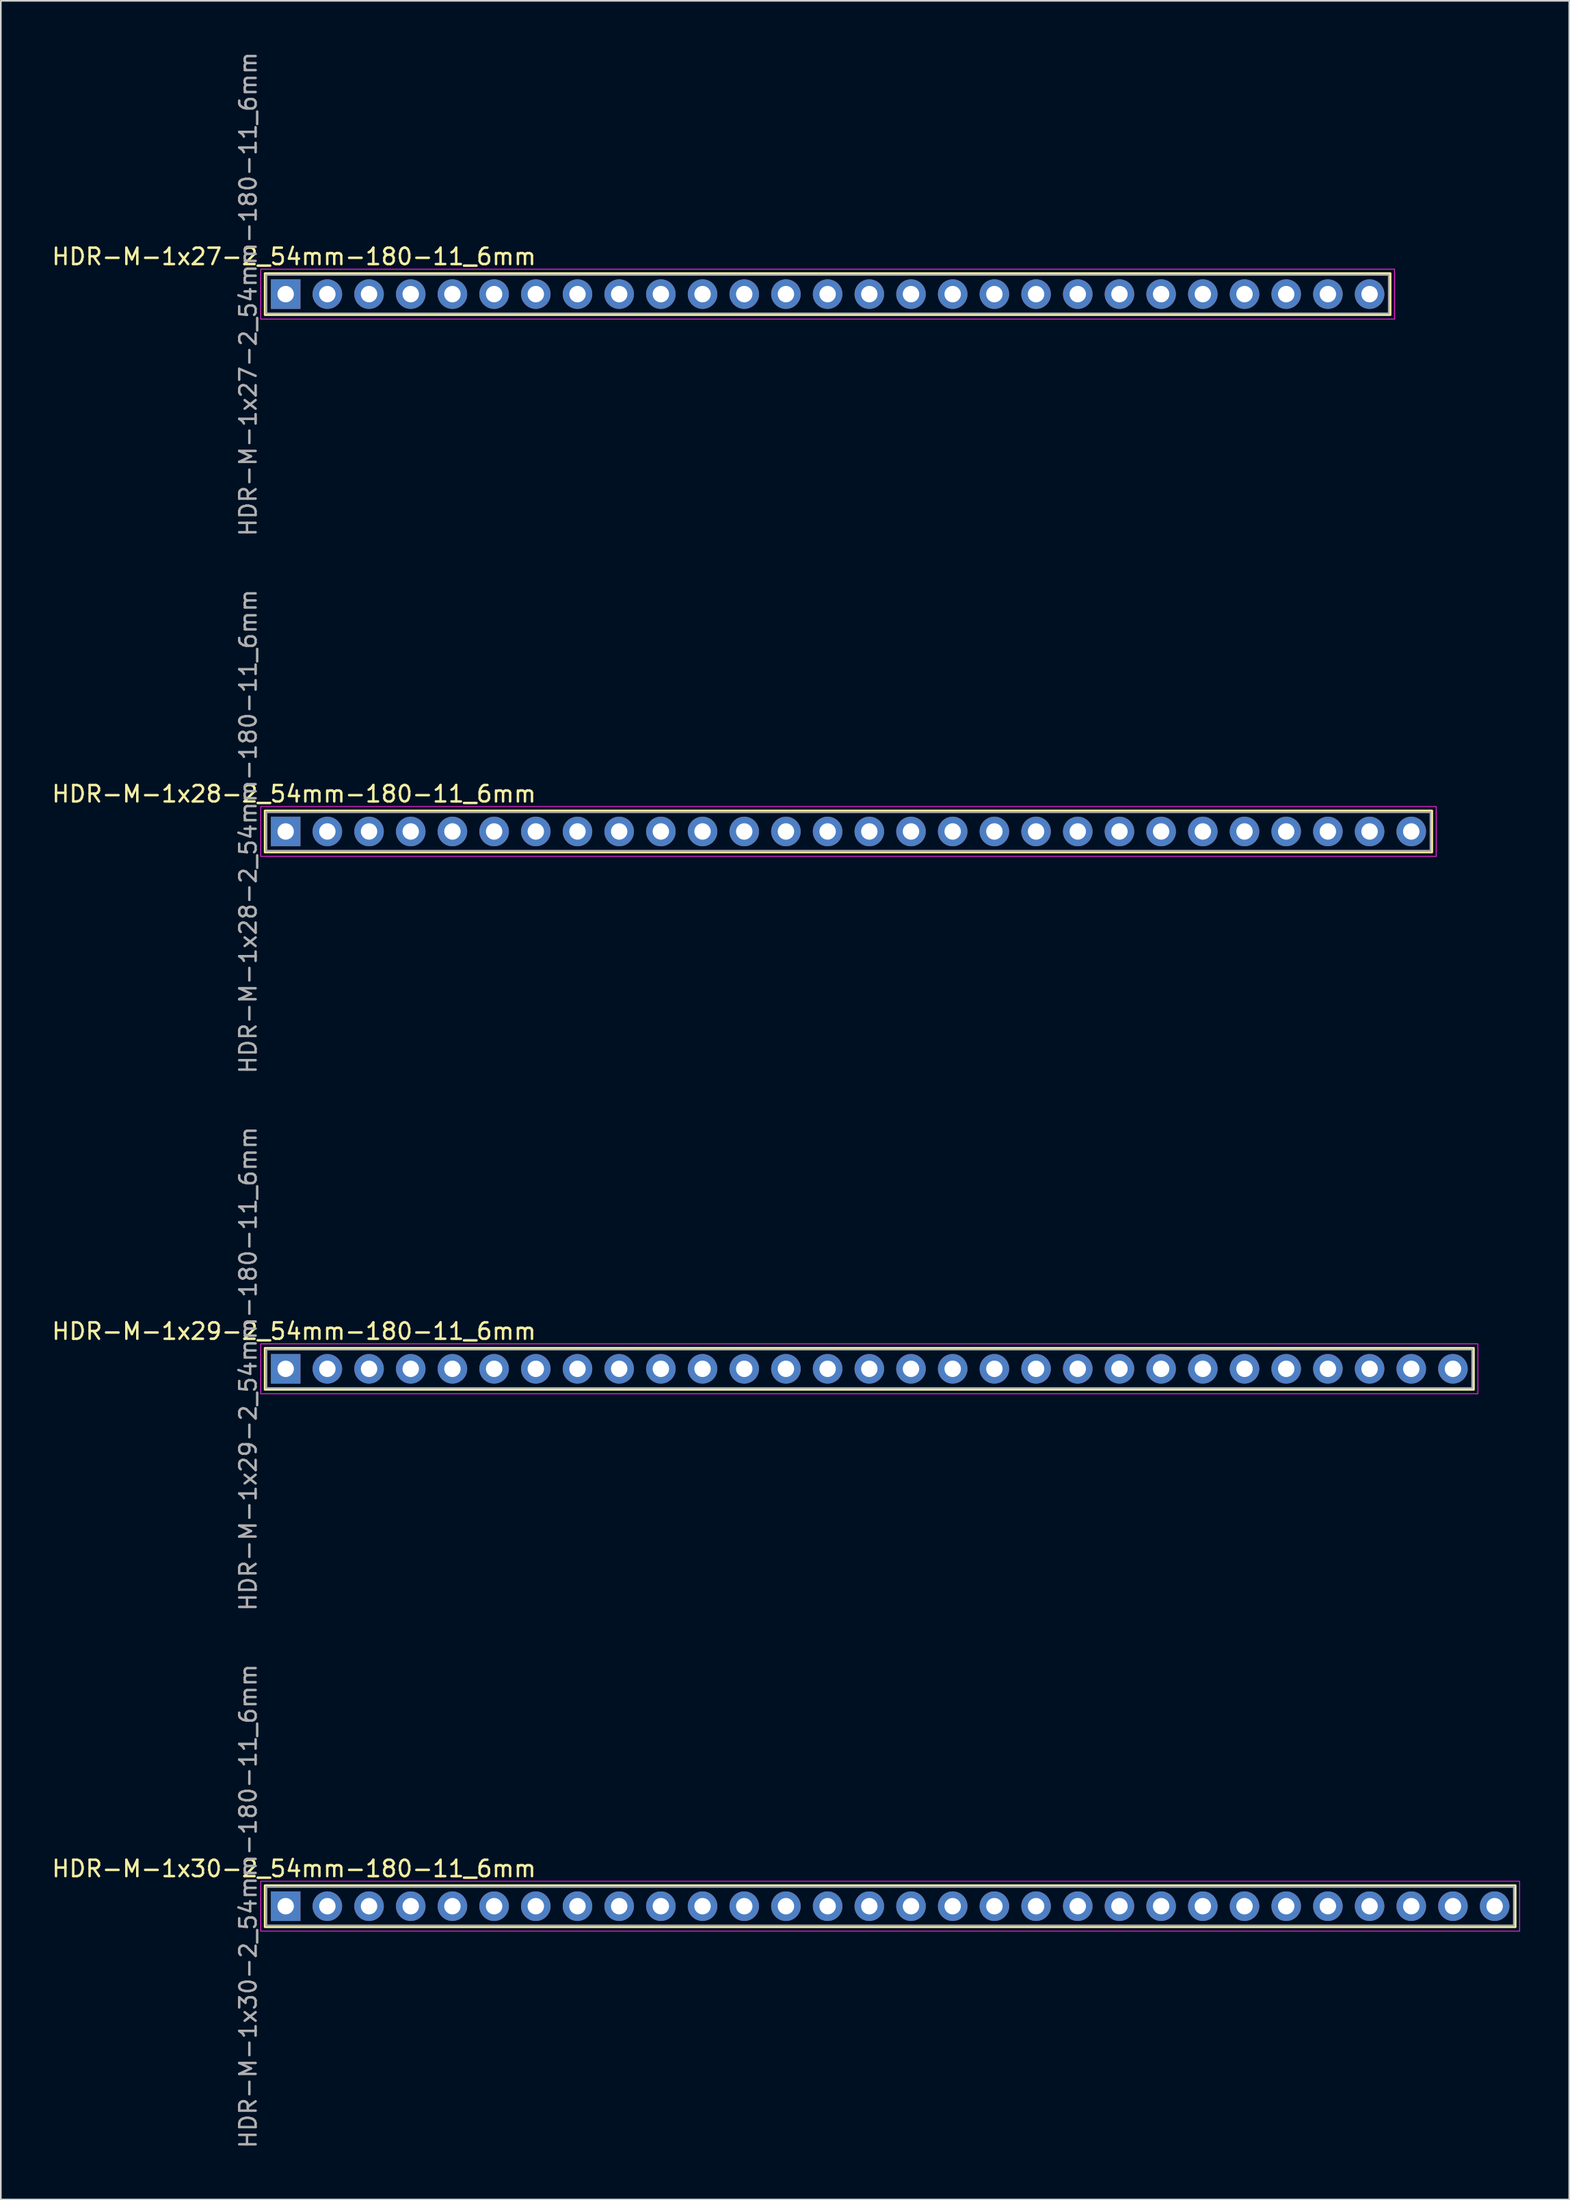
<source format=kicad_pcb>
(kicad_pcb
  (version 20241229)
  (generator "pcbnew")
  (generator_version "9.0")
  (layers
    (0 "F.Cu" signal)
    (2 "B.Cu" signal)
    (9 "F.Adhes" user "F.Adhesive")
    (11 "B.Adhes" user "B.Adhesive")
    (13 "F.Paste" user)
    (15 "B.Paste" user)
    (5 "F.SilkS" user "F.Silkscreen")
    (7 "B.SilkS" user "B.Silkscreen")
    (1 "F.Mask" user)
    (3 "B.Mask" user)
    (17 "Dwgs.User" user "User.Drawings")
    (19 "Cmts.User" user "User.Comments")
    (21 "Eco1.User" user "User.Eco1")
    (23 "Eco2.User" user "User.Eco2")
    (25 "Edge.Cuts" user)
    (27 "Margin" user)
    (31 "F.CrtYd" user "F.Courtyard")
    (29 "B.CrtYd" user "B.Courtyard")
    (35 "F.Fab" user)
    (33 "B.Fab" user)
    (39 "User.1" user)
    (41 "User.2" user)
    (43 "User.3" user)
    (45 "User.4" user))
  (footprint "HDR-M-1x30-2_54mm-180-11_6mm"
    (layer "F.Cu")
    (at 14.355 113.042)
    (property "Reference" "HDR-M-1x30-2_54mm-180-11_6mm" (at 0.508 -2.286 0) (unlocked yes) (layer "F.SilkS") (effects (font (size 1 1) (thickness 0.15))))
    (attr through_hole)
    (fp_rect (start -1.27 -1.27) (end 74.93 1.27) (stroke (width 0.12) (type solid)) (fill no) (layer "F.SilkS"))
    (fp_rect (start -1.52 -1.52) (end 75.18 1.52) (stroke (width 0.05) (type solid)) (fill no) (layer "F.CrtYd"))
    (fp_rect (start -1.17 -1.17) (end 74.83 1.17) (stroke (width 0.1) (type solid)) (fill no) (layer "F.Fab"))
    (fp_text user "${REFERENCE}" (at -2.286 0 90) (unlocked yes) (layer "F.Fab") (effects (font (size 1 1) (thickness 0.15))))
    (pad "1" thru_hole rect (at 0 0) (size 1.8 1.8) (drill 1) (layers "*.Cu" "*.Mask"))
    (pad "2" thru_hole circle (at 2.54 0) (size 1.8 1.8) (drill 1) (layers "*.Cu" "*.Mask"))
    (pad "3" thru_hole circle (at 5.08 0) (size 1.8 1.8) (drill 1) (layers "*.Cu" "*.Mask"))
    (pad "4" thru_hole circle (at 7.62 0) (size 1.8 1.8) (drill 1) (layers "*.Cu" "*.Mask"))
    (pad "5" thru_hole circle (at 10.16 0) (size 1.8 1.8) (drill 1) (layers "*.Cu" "*.Mask"))
    (pad "6" thru_hole circle (at 12.7 0) (size 1.8 1.8) (drill 1) (layers "*.Cu" "*.Mask"))
    (pad "7" thru_hole circle (at 15.24 0) (size 1.8 1.8) (drill 1) (layers "*.Cu" "*.Mask"))
    (pad "8" thru_hole circle (at 17.78 0) (size 1.8 1.8) (drill 1) (layers "*.Cu" "*.Mask"))
    (pad "9" thru_hole circle (at 20.32 0) (size 1.8 1.8) (drill 1) (layers "*.Cu" "*.Mask"))
    (pad "10" thru_hole circle (at 22.86 0) (size 1.8 1.8) (drill 1) (layers "*.Cu" "*.Mask"))
    (pad "11" thru_hole circle (at 25.4 0) (size 1.8 1.8) (drill 1) (layers "*.Cu" "*.Mask"))
    (pad "12" thru_hole circle (at 27.94 0) (size 1.8 1.8) (drill 1) (layers "*.Cu" "*.Mask"))
    (pad "13" thru_hole circle (at 30.48 0) (size 1.8 1.8) (drill 1) (layers "*.Cu" "*.Mask"))
    (pad "14" thru_hole circle (at 33.02 0) (size 1.8 1.8) (drill 1) (layers "*.Cu" "*.Mask"))
    (pad "15" thru_hole circle (at 35.56 0) (size 1.8 1.8) (drill 1) (layers "*.Cu" "*.Mask"))
    (pad "16" thru_hole circle (at 38.1 0) (size 1.8 1.8) (drill 1) (layers "*.Cu" "*.Mask"))
    (pad "17" thru_hole circle (at 40.64 0) (size 1.8 1.8) (drill 1) (layers "*.Cu" "*.Mask"))
    (pad "18" thru_hole circle (at 43.18 0) (size 1.8 1.8) (drill 1) (layers "*.Cu" "*.Mask"))
    (pad "19" thru_hole circle (at 45.72 0) (size 1.8 1.8) (drill 1) (layers "*.Cu" "*.Mask"))
    (pad "20" thru_hole circle (at 48.26 0) (size 1.8 1.8) (drill 1) (layers "*.Cu" "*.Mask"))
    (pad "21" thru_hole circle (at 50.8 0) (size 1.8 1.8) (drill 1) (layers "*.Cu" "*.Mask"))
    (pad "22" thru_hole circle (at 53.34 0) (size 1.8 1.8) (drill 1) (layers "*.Cu" "*.Mask"))
    (pad "23" thru_hole circle (at 55.88 0) (size 1.8 1.8) (drill 1) (layers "*.Cu" "*.Mask"))
    (pad "24" thru_hole circle (at 58.42 0) (size 1.8 1.8) (drill 1) (layers "*.Cu" "*.Mask"))
    (pad "25" thru_hole circle (at 60.96 0) (size 1.8 1.8) (drill 1) (layers "*.Cu" "*.Mask"))
    (pad "26" thru_hole circle (at 63.5 0) (size 1.8 1.8) (drill 1) (layers "*.Cu" "*.Mask"))
    (pad "27" thru_hole circle (at 66.04 0) (size 1.8 1.8) (drill 1) (layers "*.Cu" "*.Mask"))
    (pad "28" thru_hole circle (at 68.58 0) (size 1.8 1.8) (drill 1) (layers "*.Cu" "*.Mask"))
    (pad "29" thru_hole circle (at 71.12 0) (size 1.8 1.8) (drill 1) (layers "*.Cu" "*.Mask"))
    (pad "30" thru_hole circle (at 73.66 0) (size 1.8 1.8) (drill 1) (layers "*.Cu" "*.Mask")))
  (footprint "HDR-M-1x27-2_54mm-180-11_6mm"
    (layer "F.Cu")
    (at 14.355 14.863)
    (property "Reference" "HDR-M-1x27-2_54mm-180-11_6mm" (at 0.508 -2.286 0) (unlocked yes) (layer "F.SilkS") (effects (font (size 1 1) (thickness 0.15))))
    (attr through_hole)
    (fp_rect (start -1.27 -1.27) (end 67.31 1.27) (stroke (width 0.12) (type solid)) (fill no) (layer "F.SilkS"))
    (fp_rect (start -1.52 -1.52) (end 67.56 1.52) (stroke (width 0.05) (type solid)) (fill no) (layer "F.CrtYd"))
    (fp_rect (start -1.17 -1.17) (end 67.21 1.17) (stroke (width 0.1) (type solid)) (fill no) (layer "F.Fab"))
    (fp_text user "${REFERENCE}" (at -2.286 0 90) (unlocked yes) (layer "F.Fab") (effects (font (size 1 1) (thickness 0.15))))
    (pad "1" thru_hole rect (at 0 0) (size 1.8 1.8) (drill 1) (layers "*.Cu" "*.Mask"))
    (pad "2" thru_hole circle (at 2.54 0) (size 1.8 1.8) (drill 1) (layers "*.Cu" "*.Mask"))
    (pad "3" thru_hole circle (at 5.08 0) (size 1.8 1.8) (drill 1) (layers "*.Cu" "*.Mask"))
    (pad "4" thru_hole circle (at 7.62 0) (size 1.8 1.8) (drill 1) (layers "*.Cu" "*.Mask"))
    (pad "5" thru_hole circle (at 10.16 0) (size 1.8 1.8) (drill 1) (layers "*.Cu" "*.Mask"))
    (pad "6" thru_hole circle (at 12.7 0) (size 1.8 1.8) (drill 1) (layers "*.Cu" "*.Mask"))
    (pad "7" thru_hole circle (at 15.24 0) (size 1.8 1.8) (drill 1) (layers "*.Cu" "*.Mask"))
    (pad "8" thru_hole circle (at 17.78 0) (size 1.8 1.8) (drill 1) (layers "*.Cu" "*.Mask"))
    (pad "9" thru_hole circle (at 20.32 0) (size 1.8 1.8) (drill 1) (layers "*.Cu" "*.Mask"))
    (pad "10" thru_hole circle (at 22.86 0) (size 1.8 1.8) (drill 1) (layers "*.Cu" "*.Mask"))
    (pad "11" thru_hole circle (at 25.4 0) (size 1.8 1.8) (drill 1) (layers "*.Cu" "*.Mask"))
    (pad "12" thru_hole circle (at 27.94 0) (size 1.8 1.8) (drill 1) (layers "*.Cu" "*.Mask"))
    (pad "13" thru_hole circle (at 30.48 0) (size 1.8 1.8) (drill 1) (layers "*.Cu" "*.Mask"))
    (pad "14" thru_hole circle (at 33.02 0) (size 1.8 1.8) (drill 1) (layers "*.Cu" "*.Mask"))
    (pad "15" thru_hole circle (at 35.56 0) (size 1.8 1.8) (drill 1) (layers "*.Cu" "*.Mask"))
    (pad "16" thru_hole circle (at 38.1 0) (size 1.8 1.8) (drill 1) (layers "*.Cu" "*.Mask"))
    (pad "17" thru_hole circle (at 40.64 0) (size 1.8 1.8) (drill 1) (layers "*.Cu" "*.Mask"))
    (pad "18" thru_hole circle (at 43.18 0) (size 1.8 1.8) (drill 1) (layers "*.Cu" "*.Mask"))
    (pad "19" thru_hole circle (at 45.72 0) (size 1.8 1.8) (drill 1) (layers "*.Cu" "*.Mask"))
    (pad "20" thru_hole circle (at 48.26 0) (size 1.8 1.8) (drill 1) (layers "*.Cu" "*.Mask"))
    (pad "21" thru_hole circle (at 50.8 0) (size 1.8 1.8) (drill 1) (layers "*.Cu" "*.Mask"))
    (pad "22" thru_hole circle (at 53.34 0) (size 1.8 1.8) (drill 1) (layers "*.Cu" "*.Mask"))
    (pad "23" thru_hole circle (at 55.88 0) (size 1.8 1.8) (drill 1) (layers "*.Cu" "*.Mask"))
    (pad "24" thru_hole circle (at 58.42 0) (size 1.8 1.8) (drill 1) (layers "*.Cu" "*.Mask"))
    (pad "25" thru_hole circle (at 60.96 0) (size 1.8 1.8) (drill 1) (layers "*.Cu" "*.Mask"))
    (pad "26" thru_hole circle (at 63.5 0) (size 1.8 1.8) (drill 1) (layers "*.Cu" "*.Mask"))
    (pad "27" thru_hole circle (at 66.04 0) (size 1.8 1.8) (drill 1) (layers "*.Cu" "*.Mask")))
  (footprint "HDR-M-1x28-2_54mm-180-11_6mm"
    (layer "F.Cu")
    (at 14.355 47.589)
    (property "Reference" "HDR-M-1x28-2_54mm-180-11_6mm" (at 0.508 -2.286 0) (unlocked yes) (layer "F.SilkS") (effects (font (size 1 1) (thickness 0.15))))
    (attr through_hole)
    (fp_rect (start -1.27 -1.27) (end 69.85 1.27) (stroke (width 0.12) (type solid)) (fill no) (layer "F.SilkS"))
    (fp_rect (start -1.52 -1.52) (end 70.1 1.52) (stroke (width 0.05) (type solid)) (fill no) (layer "F.CrtYd"))
    (fp_rect (start -1.17 -1.17) (end 69.75 1.17) (stroke (width 0.1) (type solid)) (fill no) (layer "F.Fab"))
    (fp_text user "${REFERENCE}" (at -2.286 0 90) (unlocked yes) (layer "F.Fab") (effects (font (size 1 1) (thickness 0.15))))
    (pad "1" thru_hole rect (at 0 0) (size 1.8 1.8) (drill 1) (layers "*.Cu" "*.Mask"))
    (pad "2" thru_hole circle (at 2.54 0) (size 1.8 1.8) (drill 1) (layers "*.Cu" "*.Mask"))
    (pad "3" thru_hole circle (at 5.08 0) (size 1.8 1.8) (drill 1) (layers "*.Cu" "*.Mask"))
    (pad "4" thru_hole circle (at 7.62 0) (size 1.8 1.8) (drill 1) (layers "*.Cu" "*.Mask"))
    (pad "5" thru_hole circle (at 10.16 0) (size 1.8 1.8) (drill 1) (layers "*.Cu" "*.Mask"))
    (pad "6" thru_hole circle (at 12.7 0) (size 1.8 1.8) (drill 1) (layers "*.Cu" "*.Mask"))
    (pad "7" thru_hole circle (at 15.24 0) (size 1.8 1.8) (drill 1) (layers "*.Cu" "*.Mask"))
    (pad "8" thru_hole circle (at 17.78 0) (size 1.8 1.8) (drill 1) (layers "*.Cu" "*.Mask"))
    (pad "9" thru_hole circle (at 20.32 0) (size 1.8 1.8) (drill 1) (layers "*.Cu" "*.Mask"))
    (pad "10" thru_hole circle (at 22.86 0) (size 1.8 1.8) (drill 1) (layers "*.Cu" "*.Mask"))
    (pad "11" thru_hole circle (at 25.4 0) (size 1.8 1.8) (drill 1) (layers "*.Cu" "*.Mask"))
    (pad "12" thru_hole circle (at 27.94 0) (size 1.8 1.8) (drill 1) (layers "*.Cu" "*.Mask"))
    (pad "13" thru_hole circle (at 30.48 0) (size 1.8 1.8) (drill 1) (layers "*.Cu" "*.Mask"))
    (pad "14" thru_hole circle (at 33.02 0) (size 1.8 1.8) (drill 1) (layers "*.Cu" "*.Mask"))
    (pad "15" thru_hole circle (at 35.56 0) (size 1.8 1.8) (drill 1) (layers "*.Cu" "*.Mask"))
    (pad "16" thru_hole circle (at 38.1 0) (size 1.8 1.8) (drill 1) (layers "*.Cu" "*.Mask"))
    (pad "17" thru_hole circle (at 40.64 0) (size 1.8 1.8) (drill 1) (layers "*.Cu" "*.Mask"))
    (pad "18" thru_hole circle (at 43.18 0) (size 1.8 1.8) (drill 1) (layers "*.Cu" "*.Mask"))
    (pad "19" thru_hole circle (at 45.72 0) (size 1.8 1.8) (drill 1) (layers "*.Cu" "*.Mask"))
    (pad "20" thru_hole circle (at 48.26 0) (size 1.8 1.8) (drill 1) (layers "*.Cu" "*.Mask"))
    (pad "21" thru_hole circle (at 50.8 0) (size 1.8 1.8) (drill 1) (layers "*.Cu" "*.Mask"))
    (pad "22" thru_hole circle (at 53.34 0) (size 1.8 1.8) (drill 1) (layers "*.Cu" "*.Mask"))
    (pad "23" thru_hole circle (at 55.88 0) (size 1.8 1.8) (drill 1) (layers "*.Cu" "*.Mask"))
    (pad "24" thru_hole circle (at 58.42 0) (size 1.8 1.8) (drill 1) (layers "*.Cu" "*.Mask"))
    (pad "25" thru_hole circle (at 60.96 0) (size 1.8 1.8) (drill 1) (layers "*.Cu" "*.Mask"))
    (pad "26" thru_hole circle (at 63.5 0) (size 1.8 1.8) (drill 1) (layers "*.Cu" "*.Mask"))
    (pad "27" thru_hole circle (at 66.04 0) (size 1.8 1.8) (drill 1) (layers "*.Cu" "*.Mask"))
    (pad "28" thru_hole circle (at 68.58 0) (size 1.8 1.8) (drill 1) (layers "*.Cu" "*.Mask")))
  (footprint "HDR-M-1x29-2_54mm-180-11_6mm"
    (layer "F.Cu")
    (at 14.355 80.315)
    (property "Reference" "HDR-M-1x29-2_54mm-180-11_6mm" (at 0.508 -2.286 0) (unlocked yes) (layer "F.SilkS") (effects (font (size 1 1) (thickness 0.15))))
    (attr through_hole)
    (fp_rect (start -1.27 -1.27) (end 72.39 1.27) (stroke (width 0.12) (type solid)) (fill no) (layer "F.SilkS"))
    (fp_rect (start -1.52 -1.52) (end 72.64 1.52) (stroke (width 0.05) (type solid)) (fill no) (layer "F.CrtYd"))
    (fp_rect (start -1.17 -1.17) (end 72.29 1.17) (stroke (width 0.1) (type solid)) (fill no) (layer "F.Fab"))
    (fp_text user "${REFERENCE}" (at -2.286 0 90) (unlocked yes) (layer "F.Fab") (effects (font (size 1 1) (thickness 0.15))))
    (pad "1" thru_hole rect (at 0 0) (size 1.8 1.8) (drill 1) (layers "*.Cu" "*.Mask"))
    (pad "2" thru_hole circle (at 2.54 0) (size 1.8 1.8) (drill 1) (layers "*.Cu" "*.Mask"))
    (pad "3" thru_hole circle (at 5.08 0) (size 1.8 1.8) (drill 1) (layers "*.Cu" "*.Mask"))
    (pad "4" thru_hole circle (at 7.62 0) (size 1.8 1.8) (drill 1) (layers "*.Cu" "*.Mask"))
    (pad "5" thru_hole circle (at 10.16 0) (size 1.8 1.8) (drill 1) (layers "*.Cu" "*.Mask"))
    (pad "6" thru_hole circle (at 12.7 0) (size 1.8 1.8) (drill 1) (layers "*.Cu" "*.Mask"))
    (pad "7" thru_hole circle (at 15.24 0) (size 1.8 1.8) (drill 1) (layers "*.Cu" "*.Mask"))
    (pad "8" thru_hole circle (at 17.78 0) (size 1.8 1.8) (drill 1) (layers "*.Cu" "*.Mask"))
    (pad "9" thru_hole circle (at 20.32 0) (size 1.8 1.8) (drill 1) (layers "*.Cu" "*.Mask"))
    (pad "10" thru_hole circle (at 22.86 0) (size 1.8 1.8) (drill 1) (layers "*.Cu" "*.Mask"))
    (pad "11" thru_hole circle (at 25.4 0) (size 1.8 1.8) (drill 1) (layers "*.Cu" "*.Mask"))
    (pad "12" thru_hole circle (at 27.94 0) (size 1.8 1.8) (drill 1) (layers "*.Cu" "*.Mask"))
    (pad "13" thru_hole circle (at 30.48 0) (size 1.8 1.8) (drill 1) (layers "*.Cu" "*.Mask"))
    (pad "14" thru_hole circle (at 33.02 0) (size 1.8 1.8) (drill 1) (layers "*.Cu" "*.Mask"))
    (pad "15" thru_hole circle (at 35.56 0) (size 1.8 1.8) (drill 1) (layers "*.Cu" "*.Mask"))
    (pad "16" thru_hole circle (at 38.1 0) (size 1.8 1.8) (drill 1) (layers "*.Cu" "*.Mask"))
    (pad "17" thru_hole circle (at 40.64 0) (size 1.8 1.8) (drill 1) (layers "*.Cu" "*.Mask"))
    (pad "18" thru_hole circle (at 43.18 0) (size 1.8 1.8) (drill 1) (layers "*.Cu" "*.Mask"))
    (pad "19" thru_hole circle (at 45.72 0) (size 1.8 1.8) (drill 1) (layers "*.Cu" "*.Mask"))
    (pad "20" thru_hole circle (at 48.26 0) (size 1.8 1.8) (drill 1) (layers "*.Cu" "*.Mask"))
    (pad "21" thru_hole circle (at 50.8 0) (size 1.8 1.8) (drill 1) (layers "*.Cu" "*.Mask"))
    (pad "22" thru_hole circle (at 53.34 0) (size 1.8 1.8) (drill 1) (layers "*.Cu" "*.Mask"))
    (pad "23" thru_hole circle (at 55.88 0) (size 1.8 1.8) (drill 1) (layers "*.Cu" "*.Mask"))
    (pad "24" thru_hole circle (at 58.42 0) (size 1.8 1.8) (drill 1) (layers "*.Cu" "*.Mask"))
    (pad "25" thru_hole circle (at 60.96 0) (size 1.8 1.8) (drill 1) (layers "*.Cu" "*.Mask"))
    (pad "26" thru_hole circle (at 63.5 0) (size 1.8 1.8) (drill 1) (layers "*.Cu" "*.Mask"))
    (pad "27" thru_hole circle (at 66.04 0) (size 1.8 1.8) (drill 1) (layers "*.Cu" "*.Mask"))
    (pad "28" thru_hole circle (at 68.58 0) (size 1.8 1.8) (drill 1) (layers "*.Cu" "*.Mask"))
    (pad "29" thru_hole circle (at 71.12 0) (size 1.8 1.8) (drill 1) (layers "*.Cu" "*.Mask")))
  (gr_rect
    (start -3 -3)
    (end 92.56 130.905)
    (stroke (width 0.1) (type default))
    (fill no)
    (layer "Edge.Cuts")))
</source>
